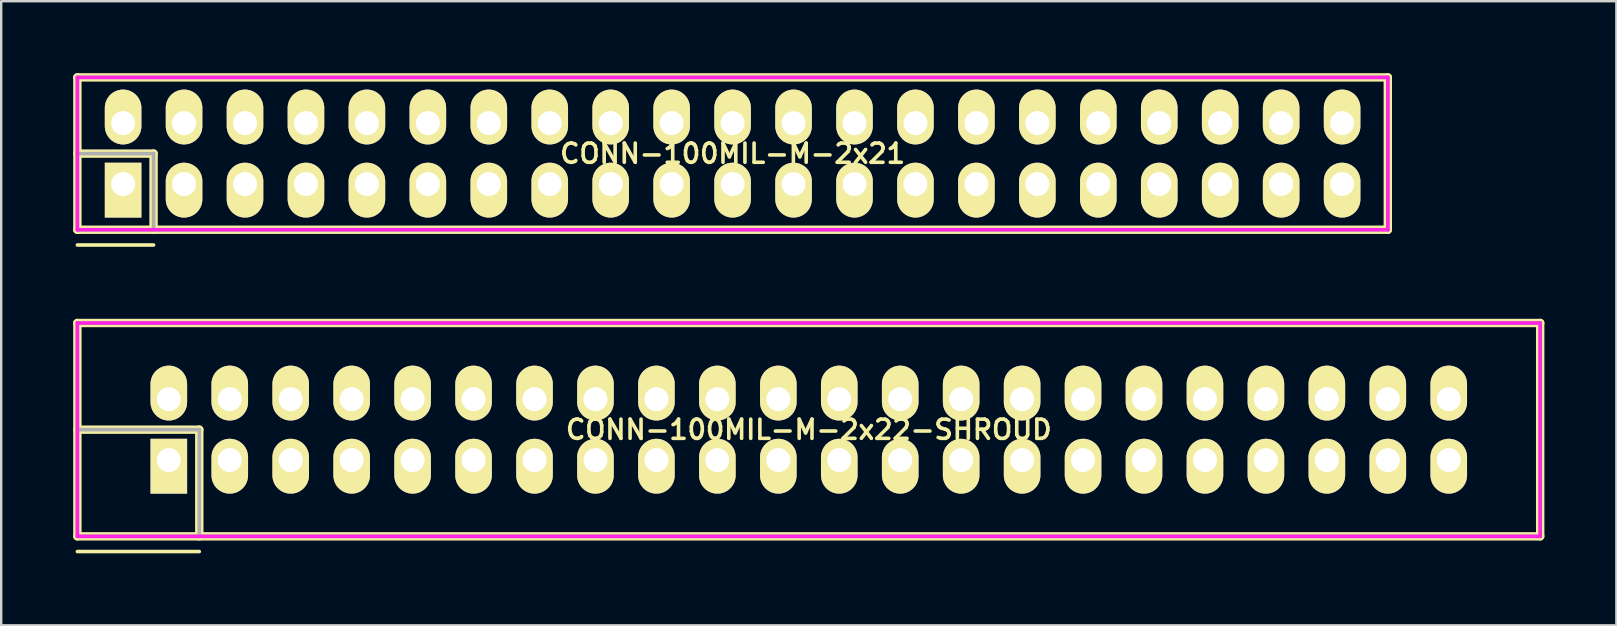
<source format=kicad_pcb>
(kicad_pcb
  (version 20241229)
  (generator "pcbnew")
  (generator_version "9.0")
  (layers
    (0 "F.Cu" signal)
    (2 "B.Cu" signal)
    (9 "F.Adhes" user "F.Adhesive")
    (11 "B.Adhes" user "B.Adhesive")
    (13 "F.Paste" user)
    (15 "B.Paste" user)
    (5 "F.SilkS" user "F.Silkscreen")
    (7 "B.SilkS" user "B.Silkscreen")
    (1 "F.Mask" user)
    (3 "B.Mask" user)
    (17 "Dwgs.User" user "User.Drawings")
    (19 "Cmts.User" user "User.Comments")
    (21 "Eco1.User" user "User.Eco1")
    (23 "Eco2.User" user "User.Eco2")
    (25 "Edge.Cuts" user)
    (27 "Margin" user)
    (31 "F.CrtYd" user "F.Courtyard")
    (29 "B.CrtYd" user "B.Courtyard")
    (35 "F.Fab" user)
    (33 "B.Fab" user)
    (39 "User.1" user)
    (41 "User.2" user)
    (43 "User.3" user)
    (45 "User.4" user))
  (footprint "CONN-100MIL-M-2x21"
    (layer "F.Cu")
    (at 27.48 3.35)
    (property "Reference" "CONN-100MIL-M-2x21" (at 0 0 0) (layer "F.SilkS") (effects (font (size 0.8 0.8) (thickness 0.15))))
    (attr through_hole)
    (fp_line (start -27.305 -3.175) (end 27.305 -3.175) (stroke (width 0.35) (type solid)) (layer "F.SilkS"))
    (fp_line (start -27.305 0) (end -24.13 0) (stroke (width 0.35) (type solid)) (layer "F.SilkS"))
    (fp_line (start -27.305 3.175) (end -27.305 -3.175) (stroke (width 0.35) (type solid)) (layer "F.SilkS"))
    (fp_line (start -27.305 3.81) (end -24.13 3.81) (stroke (width 0.15) (type solid)) (layer "F.SilkS"))
    (fp_line (start -24.13 0) (end -24.13 3.175) (stroke (width 0.35) (type solid)) (layer "F.SilkS"))
    (fp_line (start 27.305 -3.175) (end 27.305 3.175) (stroke (width 0.35) (type solid)) (layer "F.SilkS"))
    (fp_line (start 27.305 3.175) (end -27.305 3.175) (stroke (width 0.35) (type solid)) (layer "F.SilkS"))
    (fp_line (start -27.305 -3.175) (end 27.305 -3.175) (stroke (width 0.15) (type solid)) (layer "F.CrtYd"))
    (fp_line (start -27.305 3.175) (end -27.305 -3.175) (stroke (width 0.15) (type solid)) (layer "F.CrtYd"))
    (fp_line (start 27.305 -3.175) (end 27.305 3.175) (stroke (width 0.15) (type solid)) (layer "F.CrtYd"))
    (fp_line (start 27.305 3.175) (end -27.305 3.175) (stroke (width 0.15) (type solid)) (layer "F.CrtYd"))
    (fp_line (start -27.305 -3.175) (end 27.305 -3.175) (stroke (width 0.15) (type solid)) (layer "F.Fab"))
    (fp_line (start -27.305 0) (end -24.13 0) (stroke (width 0.15) (type solid)) (layer "F.Fab"))
    (fp_line (start -27.305 3.175) (end -27.305 -3.175) (stroke (width 0.15) (type solid)) (layer "F.Fab"))
    (fp_line (start -24.13 0) (end -24.13 3.175) (stroke (width 0.15) (type solid)) (layer "F.Fab"))
    (fp_line (start 27.305 -3.175) (end 27.305 3.175) (stroke (width 0.15) (type solid)) (layer "F.Fab"))
    (fp_line (start 27.305 3.175) (end -27.305 3.175) (stroke (width 0.15) (type solid)) (layer "F.Fab"))
    (pad "1" thru_hole rect (at -25.4 1.27) (size 1.524 2.286) (drill 1 (offset 0 0.254)) (layers "*.Cu" "*.Mask" "F.SilkS"))
    (pad "2" thru_hole oval (at -25.4 -1.27) (size 1.524 2.286) (drill 1 (offset 0 -0.254)) (layers "*.Cu" "*.Mask" "F.SilkS"))
    (pad "3" thru_hole oval (at -22.86 1.27) (size 1.524 2.286) (drill 1 (offset 0 0.254)) (layers "*.Cu" "*.Mask" "F.SilkS"))
    (pad "4" thru_hole oval (at -22.86 -1.27) (size 1.524 2.286) (drill 1 (offset 0 -0.254)) (layers "*.Cu" "*.Mask" "F.SilkS"))
    (pad "5" thru_hole oval (at -20.32 1.27) (size 1.524 2.286) (drill 1 (offset 0 0.254)) (layers "*.Cu" "*.Mask" "F.SilkS"))
    (pad "6" thru_hole oval (at -20.32 -1.27) (size 1.524 2.286) (drill 1 (offset 0 -0.254)) (layers "*.Cu" "*.Mask" "F.SilkS"))
    (pad "7" thru_hole oval (at -17.78 1.27) (size 1.524 2.286) (drill 1 (offset 0 0.254)) (layers "*.Cu" "*.Mask" "F.SilkS"))
    (pad "8" thru_hole oval (at -17.78 -1.27) (size 1.524 2.286) (drill 1 (offset 0 -0.254)) (layers "*.Cu" "*.Mask" "F.SilkS"))
    (pad "9" thru_hole oval (at -15.24 1.27) (size 1.524 2.286) (drill 1 (offset 0 0.254)) (layers "*.Cu" "*.Mask" "F.SilkS"))
    (pad "10" thru_hole oval (at -15.24 -1.27) (size 1.524 2.286) (drill 1 (offset 0 -0.254)) (layers "*.Cu" "*.Mask" "F.SilkS"))
    (pad "11" thru_hole oval (at -12.7 1.27) (size 1.524 2.286) (drill 1 (offset 0 0.254)) (layers "*.Cu" "*.Mask" "F.SilkS"))
    (pad "12" thru_hole oval (at -12.7 -1.27) (size 1.524 2.286) (drill 1 (offset 0 -0.254)) (layers "*.Cu" "*.Mask" "F.SilkS"))
    (pad "13" thru_hole oval (at -10.16 1.27) (size 1.524 2.286) (drill 1 (offset 0 0.254)) (layers "*.Cu" "*.Mask" "F.SilkS"))
    (pad "14" thru_hole oval (at -10.16 -1.27) (size 1.524 2.286) (drill 1 (offset 0 -0.254)) (layers "*.Cu" "*.Mask" "F.SilkS"))
    (pad "15" thru_hole oval (at -7.62 1.27) (size 1.524 2.286) (drill 1 (offset 0 0.254)) (layers "*.Cu" "*.Mask" "F.SilkS"))
    (pad "16" thru_hole oval (at -7.62 -1.27) (size 1.524 2.286) (drill 1 (offset 0 -0.254)) (layers "*.Cu" "*.Mask" "F.SilkS"))
    (pad "17" thru_hole oval (at -5.08 1.27) (size 1.524 2.286) (drill 1 (offset 0 0.254)) (layers "*.Cu" "*.Mask" "F.SilkS"))
    (pad "18" thru_hole oval (at -5.08 -1.27) (size 1.524 2.286) (drill 1 (offset 0 -0.254)) (layers "*.Cu" "*.Mask" "F.SilkS"))
    (pad "19" thru_hole oval (at -2.54 1.27) (size 1.524 2.286) (drill 1 (offset 0 0.254)) (layers "*.Cu" "*.Mask" "F.SilkS"))
    (pad "20" thru_hole oval (at -2.54 -1.27) (size 1.524 2.286) (drill 1 (offset 0 -0.254)) (layers "*.Cu" "*.Mask" "F.SilkS"))
    (pad "21" thru_hole oval (at 0 1.27) (size 1.524 2.286) (drill 1 (offset 0 0.254)) (layers "*.Cu" "*.Mask" "F.SilkS"))
    (pad "22" thru_hole oval (at 0 -1.27) (size 1.524 2.286) (drill 1 (offset 0 -0.254)) (layers "*.Cu" "*.Mask" "F.SilkS"))
    (pad "23" thru_hole oval (at 2.54 1.27) (size 1.524 2.286) (drill 1 (offset 0 0.254)) (layers "*.Cu" "*.Mask" "F.SilkS"))
    (pad "24" thru_hole oval (at 2.54 -1.27) (size 1.524 2.286) (drill 1 (offset 0 -0.254)) (layers "*.Cu" "*.Mask" "F.SilkS"))
    (pad "25" thru_hole oval (at 5.08 1.27) (size 1.524 2.286) (drill 1 (offset 0 0.254)) (layers "*.Cu" "*.Mask" "F.SilkS"))
    (pad "26" thru_hole oval (at 5.08 -1.27) (size 1.524 2.286) (drill 1 (offset 0 -0.254)) (layers "*.Cu" "*.Mask" "F.SilkS"))
    (pad "27" thru_hole oval (at 7.62 1.27) (size 1.524 2.286) (drill 1 (offset 0 0.254)) (layers "*.Cu" "*.Mask" "F.SilkS"))
    (pad "28" thru_hole oval (at 7.62 -1.27) (size 1.524 2.286) (drill 1 (offset 0 -0.254)) (layers "*.Cu" "*.Mask" "F.SilkS"))
    (pad "29" thru_hole oval (at 10.16 1.27) (size 1.524 2.286) (drill 1 (offset 0 0.254)) (layers "*.Cu" "*.Mask" "F.SilkS"))
    (pad "30" thru_hole oval (at 10.16 -1.27) (size 1.524 2.286) (drill 1 (offset 0 -0.254)) (layers "*.Cu" "*.Mask" "F.SilkS"))
    (pad "31" thru_hole oval (at 12.7 1.27) (size 1.524 2.286) (drill 1 (offset 0 0.254)) (layers "*.Cu" "*.Mask" "F.SilkS"))
    (pad "32" thru_hole oval (at 12.7 -1.27) (size 1.524 2.286) (drill 1 (offset 0 -0.254)) (layers "*.Cu" "*.Mask" "F.SilkS"))
    (pad "33" thru_hole oval (at 15.24 1.27) (size 1.524 2.286) (drill 1 (offset 0 0.254)) (layers "*.Cu" "*.Mask" "F.SilkS"))
    (pad "34" thru_hole oval (at 15.24 -1.27) (size 1.524 2.286) (drill 1 (offset 0 -0.254)) (layers "*.Cu" "*.Mask" "F.SilkS"))
    (pad "35" thru_hole oval (at 17.78 1.27) (size 1.524 2.286) (drill 1 (offset 0 0.254)) (layers "*.Cu" "*.Mask" "F.SilkS"))
    (pad "36" thru_hole oval (at 17.78 -1.27) (size 1.524 2.286) (drill 1 (offset 0 -0.254)) (layers "*.Cu" "*.Mask" "F.SilkS"))
    (pad "37" thru_hole oval (at 20.32 1.27) (size 1.524 2.286) (drill 1 (offset 0 0.254)) (layers "*.Cu" "*.Mask" "F.SilkS"))
    (pad "38" thru_hole oval (at 20.32 -1.27) (size 1.524 2.286) (drill 1 (offset 0 -0.254)) (layers "*.Cu" "*.Mask" "F.SilkS"))
    (pad "39" thru_hole oval (at 22.86 1.27) (size 1.524 2.286) (drill 1 (offset 0 0.254)) (layers "*.Cu" "*.Mask" "F.SilkS"))
    (pad "40" thru_hole oval (at 22.86 -1.27) (size 1.524 2.286) (drill 1 (offset 0 -0.254)) (layers "*.Cu" "*.Mask" "F.SilkS"))
    (pad "41" thru_hole oval (at 25.4 1.27) (size 1.524 2.286) (drill 1 (offset 0 0.254)) (layers "*.Cu" "*.Mask" "F.SilkS"))
    (pad "42" thru_hole oval (at 25.4 -1.27) (size 1.524 2.286) (drill 1 (offset 0 -0.254)) (layers "*.Cu" "*.Mask" "F.SilkS")))
  (footprint "CONN-100MIL-M-2x22-SHROUD"
    (layer "F.Cu")
    (at 30.655 14.855)
    (property "Reference" "CONN-100MIL-M-2x22-SHROUD" (at 0 0 0) (layer "F.SilkS") (effects (font (size 0.8 0.8) (thickness 0.15))))
    (attr through_hole)
    (fp_line (start -30.48 -4.445) (end 30.48 -4.445) (stroke (width 0.35) (type solid)) (layer "F.SilkS"))
    (fp_line (start -30.48 0) (end -25.4 0) (stroke (width 0.35) (type solid)) (layer "F.SilkS"))
    (fp_line (start -30.48 4.445) (end -30.48 -4.445) (stroke (width 0.35) (type solid)) (layer "F.SilkS"))
    (fp_line (start -30.48 5.08) (end -25.4 5.08) (stroke (width 0.15) (type solid)) (layer "F.SilkS"))
    (fp_line (start -25.4 0) (end -25.4 4.445) (stroke (width 0.35) (type solid)) (layer "F.SilkS"))
    (fp_line (start 30.48 -4.445) (end 30.48 4.445) (stroke (width 0.35) (type solid)) (layer "F.SilkS"))
    (fp_line (start 30.48 4.445) (end -30.48 4.445) (stroke (width 0.35) (type solid)) (layer "F.SilkS"))
    (fp_line (start -30.48 -4.445) (end 30.48 -4.445) (stroke (width 0.15) (type solid)) (layer "F.CrtYd"))
    (fp_line (start -30.48 4.445) (end -30.48 -4.445) (stroke (width 0.15) (type solid)) (layer "F.CrtYd"))
    (fp_line (start 30.48 -4.445) (end 30.48 4.445) (stroke (width 0.15) (type solid)) (layer "F.CrtYd"))
    (fp_line (start 30.48 4.445) (end -30.48 4.445) (stroke (width 0.15) (type solid)) (layer "F.CrtYd"))
    (fp_line (start -30.48 -4.445) (end 30.48 -4.445) (stroke (width 0.15) (type solid)) (layer "F.Fab"))
    (fp_line (start -30.48 0) (end -25.4 0) (stroke (width 0.15) (type solid)) (layer "F.Fab"))
    (fp_line (start -30.48 4.445) (end -30.48 -4.445) (stroke (width 0.15) (type solid)) (layer "F.Fab"))
    (fp_line (start -25.4 0) (end -25.4 4.445) (stroke (width 0.15) (type solid)) (layer "F.Fab"))
    (fp_line (start 30.48 -4.445) (end 30.48 4.445) (stroke (width 0.15) (type solid)) (layer "F.Fab"))
    (fp_line (start 30.48 4.445) (end -30.48 4.445) (stroke (width 0.15) (type solid)) (layer "F.Fab"))
    (pad "1" thru_hole rect (at -26.67 1.27) (size 1.524 2.286) (drill 1 (offset 0 0.254)) (layers "*.Cu" "*.Mask" "F.SilkS"))
    (pad "2" thru_hole oval (at -26.67 -1.27) (size 1.524 2.286) (drill 1 (offset 0 -0.254)) (layers "*.Cu" "*.Mask" "F.SilkS"))
    (pad "3" thru_hole oval (at -24.13 1.27) (size 1.524 2.286) (drill 1 (offset 0 0.254)) (layers "*.Cu" "*.Mask" "F.SilkS"))
    (pad "4" thru_hole oval (at -24.13 -1.27) (size 1.524 2.286) (drill 1 (offset 0 -0.254)) (layers "*.Cu" "*.Mask" "F.SilkS"))
    (pad "5" thru_hole oval (at -21.59 1.27) (size 1.524 2.286) (drill 1 (offset 0 0.254)) (layers "*.Cu" "*.Mask" "F.SilkS"))
    (pad "6" thru_hole oval (at -21.59 -1.27) (size 1.524 2.286) (drill 1 (offset 0 -0.254)) (layers "*.Cu" "*.Mask" "F.SilkS"))
    (pad "7" thru_hole oval (at -19.05 1.27) (size 1.524 2.286) (drill 1 (offset 0 0.254)) (layers "*.Cu" "*.Mask" "F.SilkS"))
    (pad "8" thru_hole oval (at -19.05 -1.27) (size 1.524 2.286) (drill 1 (offset 0 -0.254)) (layers "*.Cu" "*.Mask" "F.SilkS"))
    (pad "9" thru_hole oval (at -16.51 1.27) (size 1.524 2.286) (drill 1 (offset 0 0.254)) (layers "*.Cu" "*.Mask" "F.SilkS"))
    (pad "10" thru_hole oval (at -16.51 -1.27) (size 1.524 2.286) (drill 1 (offset 0 -0.254)) (layers "*.Cu" "*.Mask" "F.SilkS"))
    (pad "11" thru_hole oval (at -13.97 1.27) (size 1.524 2.286) (drill 1 (offset 0 0.254)) (layers "*.Cu" "*.Mask" "F.SilkS"))
    (pad "12" thru_hole oval (at -13.97 -1.27) (size 1.524 2.286) (drill 1 (offset 0 -0.254)) (layers "*.Cu" "*.Mask" "F.SilkS"))
    (pad "13" thru_hole oval (at -11.43 1.27) (size 1.524 2.286) (drill 1 (offset 0 0.254)) (layers "*.Cu" "*.Mask" "F.SilkS"))
    (pad "14" thru_hole oval (at -11.43 -1.27) (size 1.524 2.286) (drill 1 (offset 0 -0.254)) (layers "*.Cu" "*.Mask" "F.SilkS"))
    (pad "15" thru_hole oval (at -8.89 1.27) (size 1.524 2.286) (drill 1 (offset 0 0.254)) (layers "*.Cu" "*.Mask" "F.SilkS"))
    (pad "16" thru_hole oval (at -8.89 -1.27) (size 1.524 2.286) (drill 1 (offset 0 -0.254)) (layers "*.Cu" "*.Mask" "F.SilkS"))
    (pad "17" thru_hole oval (at -6.35 1.27) (size 1.524 2.286) (drill 1 (offset 0 0.254)) (layers "*.Cu" "*.Mask" "F.SilkS"))
    (pad "18" thru_hole oval (at -6.35 -1.27) (size 1.524 2.286) (drill 1 (offset 0 -0.254)) (layers "*.Cu" "*.Mask" "F.SilkS"))
    (pad "19" thru_hole oval (at -3.81 1.27) (size 1.524 2.286) (drill 1 (offset 0 0.254)) (layers "*.Cu" "*.Mask" "F.SilkS"))
    (pad "20" thru_hole oval (at -3.81 -1.27) (size 1.524 2.286) (drill 1 (offset 0 -0.254)) (layers "*.Cu" "*.Mask" "F.SilkS"))
    (pad "21" thru_hole oval (at -1.27 1.27) (size 1.524 2.286) (drill 1 (offset 0 0.254)) (layers "*.Cu" "*.Mask" "F.SilkS"))
    (pad "22" thru_hole oval (at -1.27 -1.27) (size 1.524 2.286) (drill 1 (offset 0 -0.254)) (layers "*.Cu" "*.Mask" "F.SilkS"))
    (pad "23" thru_hole oval (at 1.27 1.27) (size 1.524 2.286) (drill 1 (offset 0 0.254)) (layers "*.Cu" "*.Mask" "F.SilkS"))
    (pad "24" thru_hole oval (at 1.27 -1.27) (size 1.524 2.286) (drill 1 (offset 0 -0.254)) (layers "*.Cu" "*.Mask" "F.SilkS"))
    (pad "25" thru_hole oval (at 3.81 1.27) (size 1.524 2.286) (drill 1 (offset 0 0.254)) (layers "*.Cu" "*.Mask" "F.SilkS"))
    (pad "26" thru_hole oval (at 3.81 -1.27) (size 1.524 2.286) (drill 1 (offset 0 -0.254)) (layers "*.Cu" "*.Mask" "F.SilkS"))
    (pad "27" thru_hole oval (at 6.35 1.27) (size 1.524 2.286) (drill 1 (offset 0 0.254)) (layers "*.Cu" "*.Mask" "F.SilkS"))
    (pad "28" thru_hole oval (at 6.35 -1.27) (size 1.524 2.286) (drill 1 (offset 0 -0.254)) (layers "*.Cu" "*.Mask" "F.SilkS"))
    (pad "29" thru_hole oval (at 8.89 1.27) (size 1.524 2.286) (drill 1 (offset 0 0.254)) (layers "*.Cu" "*.Mask" "F.SilkS"))
    (pad "30" thru_hole oval (at 8.89 -1.27) (size 1.524 2.286) (drill 1 (offset 0 -0.254)) (layers "*.Cu" "*.Mask" "F.SilkS"))
    (pad "31" thru_hole oval (at 11.43 1.27) (size 1.524 2.286) (drill 1 (offset 0 0.254)) (layers "*.Cu" "*.Mask" "F.SilkS"))
    (pad "32" thru_hole oval (at 11.43 -1.27) (size 1.524 2.286) (drill 1 (offset 0 -0.254)) (layers "*.Cu" "*.Mask" "F.SilkS"))
    (pad "33" thru_hole oval (at 13.97 1.27) (size 1.524 2.286) (drill 1 (offset 0 0.254)) (layers "*.Cu" "*.Mask" "F.SilkS"))
    (pad "34" thru_hole oval (at 13.97 -1.27) (size 1.524 2.286) (drill 1 (offset 0 -0.254)) (layers "*.Cu" "*.Mask" "F.SilkS"))
    (pad "35" thru_hole oval (at 16.51 1.27) (size 1.524 2.286) (drill 1 (offset 0 0.254)) (layers "*.Cu" "*.Mask" "F.SilkS"))
    (pad "36" thru_hole oval (at 16.51 -1.27) (size 1.524 2.286) (drill 1 (offset 0 -0.254)) (layers "*.Cu" "*.Mask" "F.SilkS"))
    (pad "37" thru_hole oval (at 19.05 1.27) (size 1.524 2.286) (drill 1 (offset 0 0.254)) (layers "*.Cu" "*.Mask" "F.SilkS"))
    (pad "38" thru_hole oval (at 19.05 -1.27) (size 1.524 2.286) (drill 1 (offset 0 -0.254)) (layers "*.Cu" "*.Mask" "F.SilkS"))
    (pad "39" thru_hole oval (at 21.59 1.27) (size 1.524 2.286) (drill 1 (offset 0 0.254)) (layers "*.Cu" "*.Mask" "F.SilkS"))
    (pad "40" thru_hole oval (at 21.59 -1.27) (size 1.524 2.286) (drill 1 (offset 0 -0.254)) (layers "*.Cu" "*.Mask" "F.SilkS"))
    (pad "41" thru_hole oval (at 24.13 1.27) (size 1.524 2.286) (drill 1 (offset 0 0.254)) (layers "*.Cu" "*.Mask" "F.SilkS"))
    (pad "42" thru_hole oval (at 24.13 -1.27) (size 1.524 2.286) (drill 1 (offset 0 -0.254)) (layers "*.Cu" "*.Mask" "F.SilkS"))
    (pad "43" thru_hole oval (at 26.67 1.27) (size 1.524 2.286) (drill 1 (offset 0 0.254)) (layers "*.Cu" "*.Mask" "F.SilkS"))
    (pad "44" thru_hole oval (at 26.67 -1.27) (size 1.524 2.286) (drill 1 (offset 0 -0.254)) (layers "*.Cu" "*.Mask" "F.SilkS")))
  (gr_rect
    (start -3 -3)
    (end 64.31 23.01)
    (stroke (width 0.1) (type default))
    (fill no)
    (layer "Edge.Cuts")))
</source>
